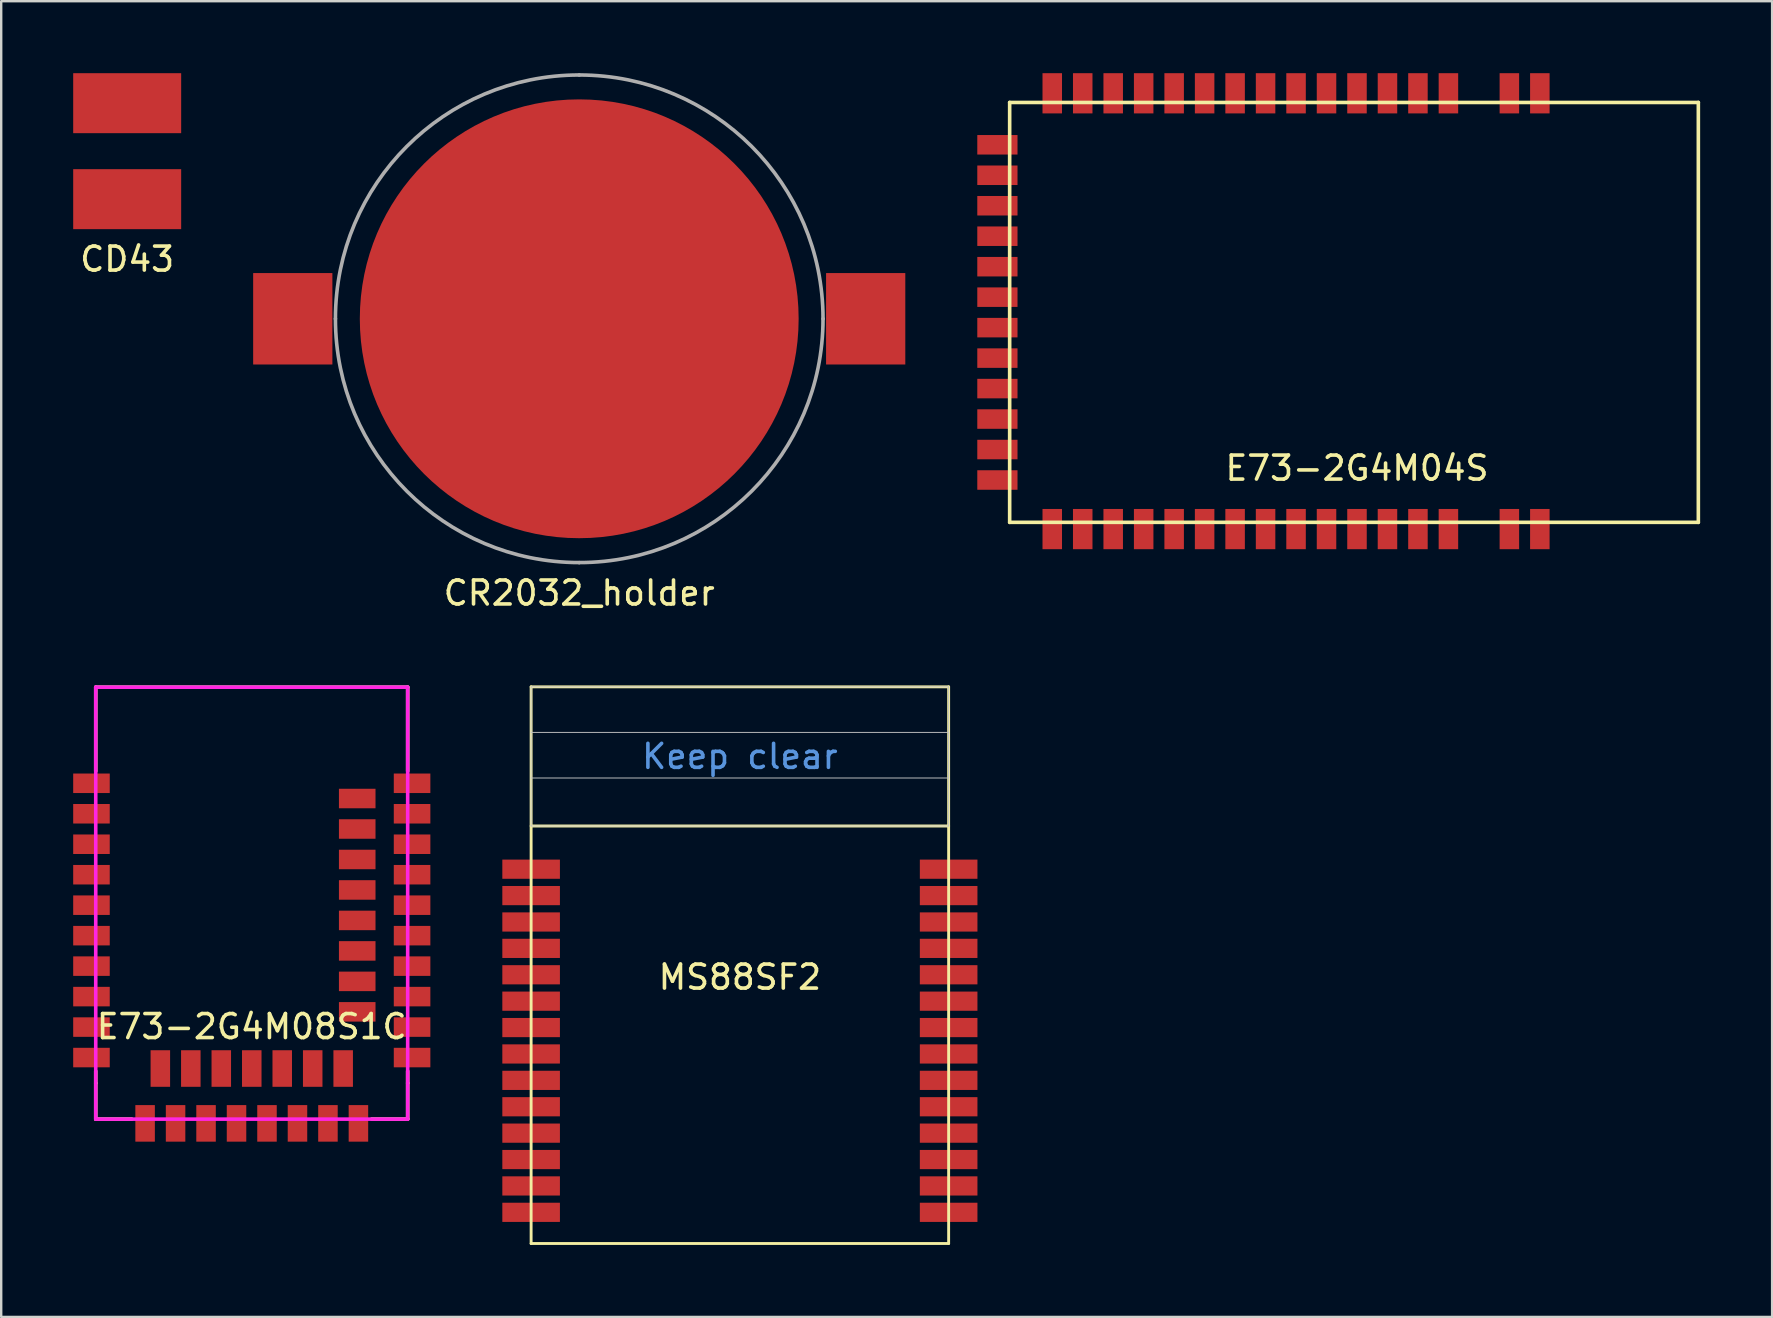
<source format=kicad_pcb>
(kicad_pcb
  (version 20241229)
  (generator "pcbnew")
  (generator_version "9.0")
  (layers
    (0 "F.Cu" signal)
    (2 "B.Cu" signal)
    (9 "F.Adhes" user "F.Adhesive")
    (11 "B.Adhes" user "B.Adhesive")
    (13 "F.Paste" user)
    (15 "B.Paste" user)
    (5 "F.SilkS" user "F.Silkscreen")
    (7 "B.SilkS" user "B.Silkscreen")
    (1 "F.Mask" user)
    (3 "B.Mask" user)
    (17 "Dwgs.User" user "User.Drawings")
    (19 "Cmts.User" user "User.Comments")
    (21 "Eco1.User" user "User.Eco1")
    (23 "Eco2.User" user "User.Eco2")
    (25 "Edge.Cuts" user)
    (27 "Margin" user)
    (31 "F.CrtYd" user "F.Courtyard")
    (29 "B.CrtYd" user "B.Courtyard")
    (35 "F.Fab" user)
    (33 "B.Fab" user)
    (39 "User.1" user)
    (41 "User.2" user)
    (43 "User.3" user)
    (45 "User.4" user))
  (footprint "E73-2G4M08S1C"
    (layer "F.Cu")
    (at 7.44 34.588)
    (property "Reference" "E73-2G4M08S1C" (at 0 5.146 0) (layer "F.SilkS") (effects (font (size 1 1) (thickness 0.15))))
    (attr through_hole)
    (fp_line (start -6.5 -9) (end -6.5 -5.5) (stroke (width 0.15) (type solid)) (layer "F.SilkS"))
    (fp_line (start -6.5 7.5) (end -6.5 7) (stroke (width 0.15) (type solid)) (layer "F.SilkS"))
    (fp_line (start -6.5 9) (end -6.5 7.5) (stroke (width 0.15) (type solid)) (layer "F.SilkS"))
    (fp_line (start -6.5 9) (end -5 9) (stroke (width 0.15) (type solid)) (layer "F.SilkS"))
    (fp_line (start 6.5 -9) (end -6.5 -9) (stroke (width 0.15) (type solid)) (layer "F.SilkS"))
    (fp_line (start 6.5 -5.5) (end 6.5 -9) (stroke (width 0.15) (type solid)) (layer "F.SilkS"))
    (fp_line (start 6.5 7) (end 6.5 7.5) (stroke (width 0.15) (type solid)) (layer "F.SilkS"))
    (fp_line (start 6.5 9) (end 5 9) (stroke (width 0.15) (type solid)) (layer "F.SilkS"))
    (fp_line (start 6.5 9) (end 6.5 7.5) (stroke (width 0.15) (type solid)) (layer "F.SilkS"))
    (fp_line (start -6.5 -9) (end 6.5 -9) (stroke (width 0.15) (type solid)) (layer "F.CrtYd"))
    (fp_line (start -6.5 9) (end -6.5 -9) (stroke (width 0.15) (type solid)) (layer "F.CrtYd"))
    (fp_line (start 6.5 -9) (end 6.5 9) (stroke (width 0.15) (type solid)) (layer "F.CrtYd"))
    (fp_line (start 6.5 9) (end -6.5 9) (stroke (width 0.15) (type solid)) (layer "F.CrtYd"))
    (pad "1" smd rect (at -6.678 -4.995 180) (size 1.524 0.813) (layers "F.Cu" "F.Mask" "F.Paste"))
    (pad "2" smd rect (at -6.678 -3.725 180) (size 1.524 0.813) (layers "F.Cu" "F.Mask" "F.Paste"))
    (pad "3" smd rect (at -6.678 -2.455 180) (size 1.524 0.813) (layers "F.Cu" "F.Mask" "F.Paste"))
    (pad "4" smd rect (at -6.678 -1.185 180) (size 1.524 0.813) (layers "F.Cu" "F.Mask" "F.Paste"))
    (pad "5" smd rect (at -6.678 0.085 180) (size 1.524 0.813) (layers "F.Cu" "F.Mask" "F.Paste"))
    (pad "6" smd rect (at -6.678 1.355 180) (size 1.524 0.813) (layers "F.Cu" "F.Mask" "F.Paste"))
    (pad "7" smd rect (at -6.678 2.625 180) (size 1.524 0.813) (layers "F.Cu" "F.Mask" "F.Paste"))
    (pad "8" smd rect (at -6.678 3.895 180) (size 1.524 0.813) (layers "F.Cu" "F.Mask" "F.Paste"))
    (pad "9" smd rect (at -6.678 5.165 180) (size 1.524 0.813) (layers "F.Cu" "F.Mask" "F.Paste"))
    (pad "10" smd rect (at -6.678 6.435 180) (size 1.524 0.813) (layers "F.Cu" "F.Mask" "F.Paste"))
    (pad "11" smd rect (at -4.443 9.178 90) (size 1.524 0.813) (layers "F.Cu" "F.Mask" "F.Paste"))
    (pad "12" smd rect (at -3.808 6.892 90) (size 1.524 0.813) (layers "F.Cu" "F.Mask" "F.Paste"))
    (pad "13" smd rect (at -3.173 9.178 90) (size 1.524 0.813) (layers "F.Cu" "F.Mask" "F.Paste"))
    (pad "14" smd rect (at -2.538 6.892 90) (size 1.524 0.813) (layers "F.Cu" "F.Mask" "F.Paste"))
    (pad "15" smd rect (at -1.903 9.178 90) (size 1.524 0.813) (layers "F.Cu" "F.Mask" "F.Paste"))
    (pad "16" smd rect (at -1.268 6.892 90) (size 1.524 0.813) (layers "F.Cu" "F.Mask" "F.Paste"))
    (pad "17" smd rect (at -0.633 9.178 90) (size 1.524 0.813) (layers "F.Cu" "F.Mask" "F.Paste"))
    (pad "18" smd rect (at 0.002 6.892 90) (size 1.524 0.813) (layers "F.Cu" "F.Mask" "F.Paste"))
    (pad "19" smd rect (at 0.637 9.178 90) (size 1.524 0.813) (layers "F.Cu" "F.Mask" "F.Paste"))
    (pad "20" smd rect (at 1.272 6.892 90) (size 1.524 0.813) (layers "F.Cu" "F.Mask" "F.Paste"))
    (pad "21" smd rect (at 1.907 9.178 90) (size 1.524 0.813) (layers "F.Cu" "F.Mask" "F.Paste"))
    (pad "22" smd rect (at 2.542 6.892 90) (size 1.524 0.813) (layers "F.Cu" "F.Mask" "F.Paste"))
    (pad "23" smd rect (at 3.177 9.178 90) (size 1.524 0.813) (layers "F.Cu" "F.Mask" "F.Paste"))
    (pad "24" smd rect (at 3.812 6.892 90) (size 1.524 0.813) (layers "F.Cu" "F.Mask" "F.Paste"))
    (pad "25" smd rect (at 4.447 9.178 90) (size 1.524 0.813) (layers "F.Cu" "F.Mask" "F.Paste"))
    (pad "26" smd rect (at 6.683 6.435 180) (size 1.524 0.813) (layers "F.Cu" "F.Mask" "F.Paste"))
    (pad "27" smd rect (at 6.683 5.165 180) (size 1.524 0.813) (layers "F.Cu" "F.Mask" "F.Paste"))
    (pad "28" smd rect (at 4.397 4.53) (size 1.524 0.813) (layers "F.Cu" "F.Mask" "F.Paste"))
    (pad "29" smd rect (at 6.683 3.895 180) (size 1.524 0.813) (layers "F.Cu" "F.Mask" "F.Paste"))
    (pad "30" smd rect (at 4.397 3.26 180) (size 1.524 0.813) (layers "F.Cu" "F.Mask" "F.Paste"))
    (pad "31" smd rect (at 6.683 2.625 180) (size 1.524 0.813) (layers "F.Cu" "F.Mask" "F.Paste"))
    (pad "32" smd rect (at 4.397 1.99 180) (size 1.524 0.813) (layers "F.Cu" "F.Mask" "F.Paste"))
    (pad "33" smd rect (at 6.683 1.355 180) (size 1.524 0.813) (layers "F.Cu" "F.Mask" "F.Paste"))
    (pad "34" smd rect (at 4.397 0.72 180) (size 1.524 0.813) (layers "F.Cu" "F.Mask" "F.Paste"))
    (pad "35" smd rect (at 6.683 0.085 180) (size 1.524 0.813) (layers "F.Cu" "F.Mask" "F.Paste"))
    (pad "36" smd rect (at 4.397 -0.55 180) (size 1.524 0.813) (layers "F.Cu" "F.Mask" "F.Paste"))
    (pad "37" smd rect (at 6.683 -1.185 180) (size 1.524 0.813) (layers "F.Cu" "F.Mask" "F.Paste"))
    (pad "38" smd rect (at 4.397 -1.82 180) (size 1.524 0.813) (layers "F.Cu" "F.Mask" "F.Paste"))
    (pad "39" smd rect (at 6.683 -2.455 180) (size 1.524 0.813) (layers "F.Cu" "F.Mask" "F.Paste"))
    (pad "40" smd rect (at 4.397 -3.09 180) (size 1.524 0.813) (layers "F.Cu" "F.Mask" "F.Paste"))
    (pad "41" smd rect (at 6.683 -3.725 180) (size 1.524 0.813) (layers "F.Cu" "F.Mask" "F.Paste"))
    (pad "42" smd rect (at 4.397 -4.36 180) (size 1.524 0.813) (layers "F.Cu" "F.Mask" "F.Paste"))
    (pad "43" smd rect (at 6.683 -4.995 180) (size 1.524 0.813) (layers "F.Cu" "F.Mask" "F.Paste")))
  (footprint "MS88SF2"
    (layer "F.Cu")
    (at 27.784 37.173)
    (property "Reference" "MS88SF2" (at 0 0.5 0) (layer "F.SilkS") (effects (font (size 1 1) (thickness 0.15))))
    (attr through_hole)
    (fp_line (start -8.7 -11.6) (end 8.7 -11.6) (stroke (width 0.12) (type solid)) (layer "F.SilkS"))
    (fp_line (start -8.7 -5.8) (end 8.7 -5.8) (stroke (width 0.12) (type solid)) (layer "F.SilkS"))
    (fp_line (start -8.7 11.6) (end -8.7 -11.6) (stroke (width 0.12) (type solid)) (layer "F.SilkS"))
    (fp_line (start 8.7 -11.6) (end 8.7 11.6) (stroke (width 0.12) (type solid)) (layer "F.SilkS"))
    (fp_line (start 8.7 11.6) (end -8.7 11.6) (stroke (width 0.12) (type solid)) (layer "F.SilkS"))
    (fp_line (start -8.7 -11.6) (end 8.7 -11.6) (stroke (width 0.04) (type solid)) (layer "Dwgs.User"))
    (fp_line (start -8.7 -9.7) (end 8.7 -9.7) (stroke (width 0.04) (type solid)) (layer "Dwgs.User"))
    (fp_line (start -8.7 -5.8) (end -8.7 -11.6) (stroke (width 0.04) (type solid)) (layer "Dwgs.User"))
    (fp_line (start 8.7 -11.6) (end 8.7 -5.8) (stroke (width 0.04) (type solid)) (layer "Dwgs.User"))
    (fp_line (start 8.7 -9.7) (end 8.7 -7.8) (stroke (width 0.04) (type solid)) (layer "Dwgs.User"))
    (fp_line (start 8.7 -7.8) (end -8.7 -7.8) (stroke (width 0.04) (type solid)) (layer "Dwgs.User"))
    (fp_line (start 8.7 -5.8) (end -8.7 -5.8) (stroke (width 0.04) (type solid)) (layer "Dwgs.User"))
    (fp_text user "Keep clear" (at 0 -8.7 0) (layer "Cmts.User") (effects (font (size 1 1) (thickness 0.15))))
    (pad "1" smd rect (at -8.7 -4) (size 2.4 0.8) (layers "F.Cu" "F.Mask" "F.Paste"))
    (pad "2" smd rect (at -8.7 -2.9) (size 2.4 0.8) (layers "F.Cu" "F.Mask" "F.Paste"))
    (pad "3" smd rect (at -8.7 -1.8) (size 2.4 0.8) (layers "F.Cu" "F.Mask" "F.Paste"))
    (pad "4" smd rect (at -8.7 -0.7) (size 2.4 0.8) (layers "F.Cu" "F.Mask" "F.Paste"))
    (pad "5" smd rect (at -8.7 0.4) (size 2.4 0.8) (layers "F.Cu" "F.Mask" "F.Paste"))
    (pad "6" smd rect (at -8.7 1.5) (size 2.4 0.8) (layers "F.Cu" "F.Mask" "F.Paste"))
    (pad "7" smd rect (at -8.7 2.6) (size 2.4 0.8) (layers "F.Cu" "F.Mask" "F.Paste"))
    (pad "8" smd rect (at -8.7 3.7) (size 2.4 0.8) (layers "F.Cu" "F.Mask" "F.Paste"))
    (pad "9" smd rect (at -8.7 4.8) (size 2.4 0.8) (layers "F.Cu" "F.Mask" "F.Paste"))
    (pad "10" smd rect (at -8.7 5.9) (size 2.4 0.8) (layers "F.Cu" "F.Mask" "F.Paste"))
    (pad "11" smd rect (at -8.7 7) (size 2.4 0.8) (layers "F.Cu" "F.Mask" "F.Paste"))
    (pad "12" smd rect (at -8.7 8.1) (size 2.4 0.8) (layers "F.Cu" "F.Mask" "F.Paste"))
    (pad "13" smd rect (at -8.7 9.2) (size 2.4 0.8) (layers "F.Cu" "F.Mask" "F.Paste"))
    (pad "14" smd rect (at -8.7 10.3) (size 2.4 0.8) (layers "F.Cu" "F.Mask" "F.Paste"))
    (pad "15" smd rect (at 8.7 10.3) (size 2.4 0.8) (layers "F.Cu" "F.Mask" "F.Paste"))
    (pad "16" smd rect (at 8.7 9.2) (size 2.4 0.8) (layers "F.Cu" "F.Mask" "F.Paste"))
    (pad "17" smd rect (at 8.7 8.1) (size 2.4 0.8) (layers "F.Cu" "F.Mask" "F.Paste"))
    (pad "18" smd rect (at 8.7 7) (size 2.4 0.8) (layers "F.Cu" "F.Mask" "F.Paste"))
    (pad "19" smd rect (at 8.7 5.9) (size 2.4 0.8) (layers "F.Cu" "F.Mask" "F.Paste"))
    (pad "20" smd rect (at 8.7 4.8) (size 2.4 0.8) (layers "F.Cu" "F.Mask" "F.Paste"))
    (pad "21" smd rect (at 8.7 3.7) (size 2.4 0.8) (layers "F.Cu" "F.Mask" "F.Paste"))
    (pad "22" smd rect (at 8.7 2.6) (size 2.4 0.8) (layers "F.Cu" "F.Mask" "F.Paste"))
    (pad "23" smd rect (at 8.7 1.5) (size 2.4 0.8) (layers "F.Cu" "F.Mask" "F.Paste"))
    (pad "24" smd rect (at 8.7 0.4) (size 2.4 0.8) (layers "F.Cu" "F.Mask" "F.Paste"))
    (pad "25" smd rect (at 8.7 -0.7) (size 2.4 0.8) (layers "F.Cu" "F.Mask" "F.Paste"))
    (pad "26" smd rect (at 8.7 -1.8) (size 2.4 0.8) (layers "F.Cu" "F.Mask" "F.Paste"))
    (pad "27" smd rect (at 8.7 -2.9) (size 2.4 0.8) (layers "F.Cu" "F.Mask" "F.Paste"))
    (pad "28" smd rect (at 8.7 -4) (size 2.4 0.8) (layers "F.Cu" "F.Mask" "F.Paste")))
  (footprint "E73-2G4M04S"
    (layer "F.Cu")
    (at 61.122 1.219)
    (property "Reference" "E73-2G4M04S" (at -7.62 15.24 0) (layer "F.SilkS") (effects (font (size 1 1) (thickness 0.15))))
    (attr through_hole)
    (fp_line (start -22.095 0) (end -22.095 17.5) (stroke (width 0.15) (type solid)) (layer "F.SilkS"))
    (fp_line (start -22.095 17.5) (end 6.605 17.5) (stroke (width 0.15) (type solid)) (layer "F.SilkS"))
    (fp_line (start 6.605 0) (end -22.095 0) (stroke (width 0.15) (type solid)) (layer "F.SilkS"))
    (fp_line (start 6.605 0) (end 6.605 17.5) (stroke (width 0.15) (type solid)) (layer "F.SilkS"))
    (pad "0" smd rect (at 0 -0.381 90) (size 1.676 0.813) (layers "F.Cu" "F.Mask" "F.Paste"))
    (pad "1" smd rect (at -1.27 -0.381 90) (size 1.676 0.813) (layers "F.Cu" "F.Mask" "F.Paste"))
    (pad "2" smd rect (at -3.81 -0.381 90) (size 1.676 0.813) (layers "F.Cu" "F.Mask" "F.Paste"))
    (pad "3" smd rect (at -5.08 -0.381 90) (size 1.676 0.813) (layers "F.Cu" "F.Mask" "F.Paste"))
    (pad "4" smd rect (at -6.35 -0.381 90) (size 1.676 0.813) (layers "F.Cu" "F.Mask" "F.Paste"))
    (pad "5" smd rect (at -7.62 -0.381 90) (size 1.676 0.813) (layers "F.Cu" "F.Mask" "F.Paste"))
    (pad "6" smd rect (at -8.89 -0.381 90) (size 1.676 0.813) (layers "F.Cu" "F.Mask" "F.Paste"))
    (pad "7" smd rect (at -10.16 -0.381 90) (size 1.676 0.813) (layers "F.Cu" "F.Mask" "F.Paste"))
    (pad "8" smd rect (at -11.43 -0.381 90) (size 1.676 0.813) (layers "F.Cu" "F.Mask" "F.Paste"))
    (pad "9" smd rect (at -12.7 -0.381 90) (size 1.676 0.813) (layers "F.Cu" "F.Mask" "F.Paste"))
    (pad "10" smd rect (at -13.97 -0.381 90) (size 1.676 0.813) (layers "F.Cu" "F.Mask" "F.Paste"))
    (pad "11" smd rect (at -15.24 -0.381 90) (size 1.676 0.813) (layers "F.Cu" "F.Mask" "F.Paste"))
    (pad "12" smd rect (at -16.51 -0.381 90) (size 1.676 0.813) (layers "F.Cu" "F.Mask" "F.Paste"))
    (pad "13" smd rect (at -17.78 -0.381 90) (size 1.676 0.813) (layers "F.Cu" "F.Mask" "F.Paste"))
    (pad "14" smd rect (at -19.05 -0.381 90) (size 1.676 0.813) (layers "F.Cu" "F.Mask" "F.Paste"))
    (pad "15" smd rect (at -20.32 -0.381 90) (size 1.676 0.813) (layers "F.Cu" "F.Mask" "F.Paste"))
    (pad "16" smd rect (at -22.606 1.765) (size 1.676 0.813) (layers "F.Cu" "F.Mask" "F.Paste"))
    (pad "17" smd rect (at -22.606 3.035) (size 1.676 0.813) (layers "F.Cu" "F.Mask" "F.Paste"))
    (pad "18" smd rect (at -22.606 4.305) (size 1.676 0.813) (layers "F.Cu" "F.Mask" "F.Paste"))
    (pad "19" smd rect (at -22.606 5.575) (size 1.676 0.813) (layers "F.Cu" "F.Mask" "F.Paste"))
    (pad "20" smd rect (at -22.606 6.845) (size 1.676 0.813) (layers "F.Cu" "F.Mask" "F.Paste"))
    (pad "21" smd rect (at -22.606 8.115) (size 1.676 0.813) (layers "F.Cu" "F.Mask" "F.Paste"))
    (pad "22" smd rect (at -22.606 9.385) (size 1.676 0.813) (layers "F.Cu" "F.Mask" "F.Paste"))
    (pad "23" smd rect (at -22.606 10.655) (size 1.676 0.813) (layers "F.Cu" "F.Mask" "F.Paste"))
    (pad "24" smd rect (at -22.606 11.925) (size 1.676 0.813) (layers "F.Cu" "F.Mask" "F.Paste"))
    (pad "25" smd rect (at -22.606 13.195) (size 1.676 0.813) (layers "F.Cu" "F.Mask" "F.Paste"))
    (pad "26" smd rect (at -22.606 14.465) (size 1.676 0.813) (layers "F.Cu" "F.Mask" "F.Paste"))
    (pad "27" smd rect (at -22.606 15.735) (size 1.676 0.813) (layers "F.Cu" "F.Mask" "F.Paste"))
    (pad "28" smd rect (at -20.32 17.78 270) (size 1.676 0.813) (layers "F.Cu" "F.Mask" "F.Paste"))
    (pad "29" smd rect (at -19.05 17.78 270) (size 1.676 0.813) (layers "F.Cu" "F.Mask" "F.Paste"))
    (pad "30" smd rect (at -17.78 17.78 270) (size 1.676 0.813) (layers "F.Cu" "F.Mask" "F.Paste"))
    (pad "31" smd rect (at -16.51 17.78 270) (size 1.676 0.813) (layers "F.Cu" "F.Mask" "F.Paste"))
    (pad "32" smd rect (at -15.24 17.78 270) (size 1.676 0.813) (layers "F.Cu" "F.Mask" "F.Paste"))
    (pad "33" smd rect (at -13.97 17.78 270) (size 1.676 0.813) (layers "F.Cu" "F.Mask" "F.Paste"))
    (pad "34" smd rect (at -12.7 17.78 270) (size 1.676 0.813) (layers "F.Cu" "F.Mask" "F.Paste"))
    (pad "35" smd rect (at -11.43 17.78 270) (size 1.676 0.813) (layers "F.Cu" "F.Mask" "F.Paste"))
    (pad "36" smd rect (at -10.16 17.78 270) (size 1.676 0.813) (layers "F.Cu" "F.Mask" "F.Paste"))
    (pad "37" smd rect (at -8.89 17.78 270) (size 1.676 0.813) (layers "F.Cu" "F.Mask" "F.Paste"))
    (pad "38" smd rect (at -7.62 17.78 270) (size 1.676 0.813) (layers "F.Cu" "F.Mask" "F.Paste"))
    (pad "39" smd rect (at -6.35 17.78 270) (size 1.676 0.813) (layers "F.Cu" "F.Mask" "F.Paste"))
    (pad "40" smd rect (at -5.08 17.78 270) (size 1.676 0.813) (layers "F.Cu" "F.Mask" "F.Paste"))
    (pad "41" smd rect (at -3.81 17.78 270) (size 1.676 0.813) (layers "F.Cu" "F.Mask" "F.Paste"))
    (pad "42" smd rect (at -1.27 17.78 270) (size 1.676 0.813) (layers "F.Cu" "F.Mask" "F.Paste"))
    (pad "43" smd rect (at 0 17.78 270) (size 1.676 0.813) (layers "F.Cu" "F.Mask" "F.Paste")))
  (footprint "CD43"
    (layer "F.Cu")
    (at 2.25 3.25)
    (property "Reference" "CD43" (at 0 4.5 0) (layer "F.SilkS") (effects (font (size 1 1) (thickness 0.15))))
    (attr through_hole)
    (pad "1" smd rect (at 0 -2) (size 4.5 2.5) (layers "F.Cu" "F.Mask" "F.Paste"))
    (pad "2" smd rect (at 0 2) (size 4.5 2.5) (layers "F.Cu" "F.Mask" "F.Paste")))
  (footprint "CR2032_holder"
    (layer "F.Cu")
    (at 21.089 10.235)
    (property "Reference" "CR2032_holder" (at 0 11.43 0) (layer "F.SilkS") (effects (font (size 1 1) (thickness 0.15))))
    (attr through_hole)
    (fp_arc (start -10.16 0) (mid -7.184205 -7.184205) (end 0 -10.16) (stroke (width 0.15) (type solid)) (layer "F.Fab"))
    (fp_arc (start 0 -10.16) (mid 7.184205 -7.184205) (end 10.16 0) (stroke (width 0.15) (type solid)) (layer "F.Fab"))
    (fp_arc (start 0 10.16) (mid -7.184205 7.184205) (end -10.16 0) (stroke (width 0.15) (type solid)) (layer "F.Fab"))
    (fp_arc (start 10.16 0) (mid 7.184205 7.184205) (end 0 10.16) (stroke (width 0.15) (type solid)) (layer "F.Fab"))
    (pad "1" smd rect (at -11.938 0) (size 3.302 3.81) (layers "F.Cu" "F.Mask" "F.Paste"))
    (pad "1" smd rect (at 11.938 0) (size 3.302 3.81) (layers "F.Cu" "F.Mask" "F.Paste"))
    (pad "2" smd circle (at 0 0) (size 18.288 18.288) (layers "F.Cu" "F.Mask" "F.Paste")))
  (gr_rect
    (start -3 -3)
    (end 70.802 51.833)
    (stroke (width 0.1) (type default))
    (fill no)
    (layer "Edge.Cuts")))
</source>
